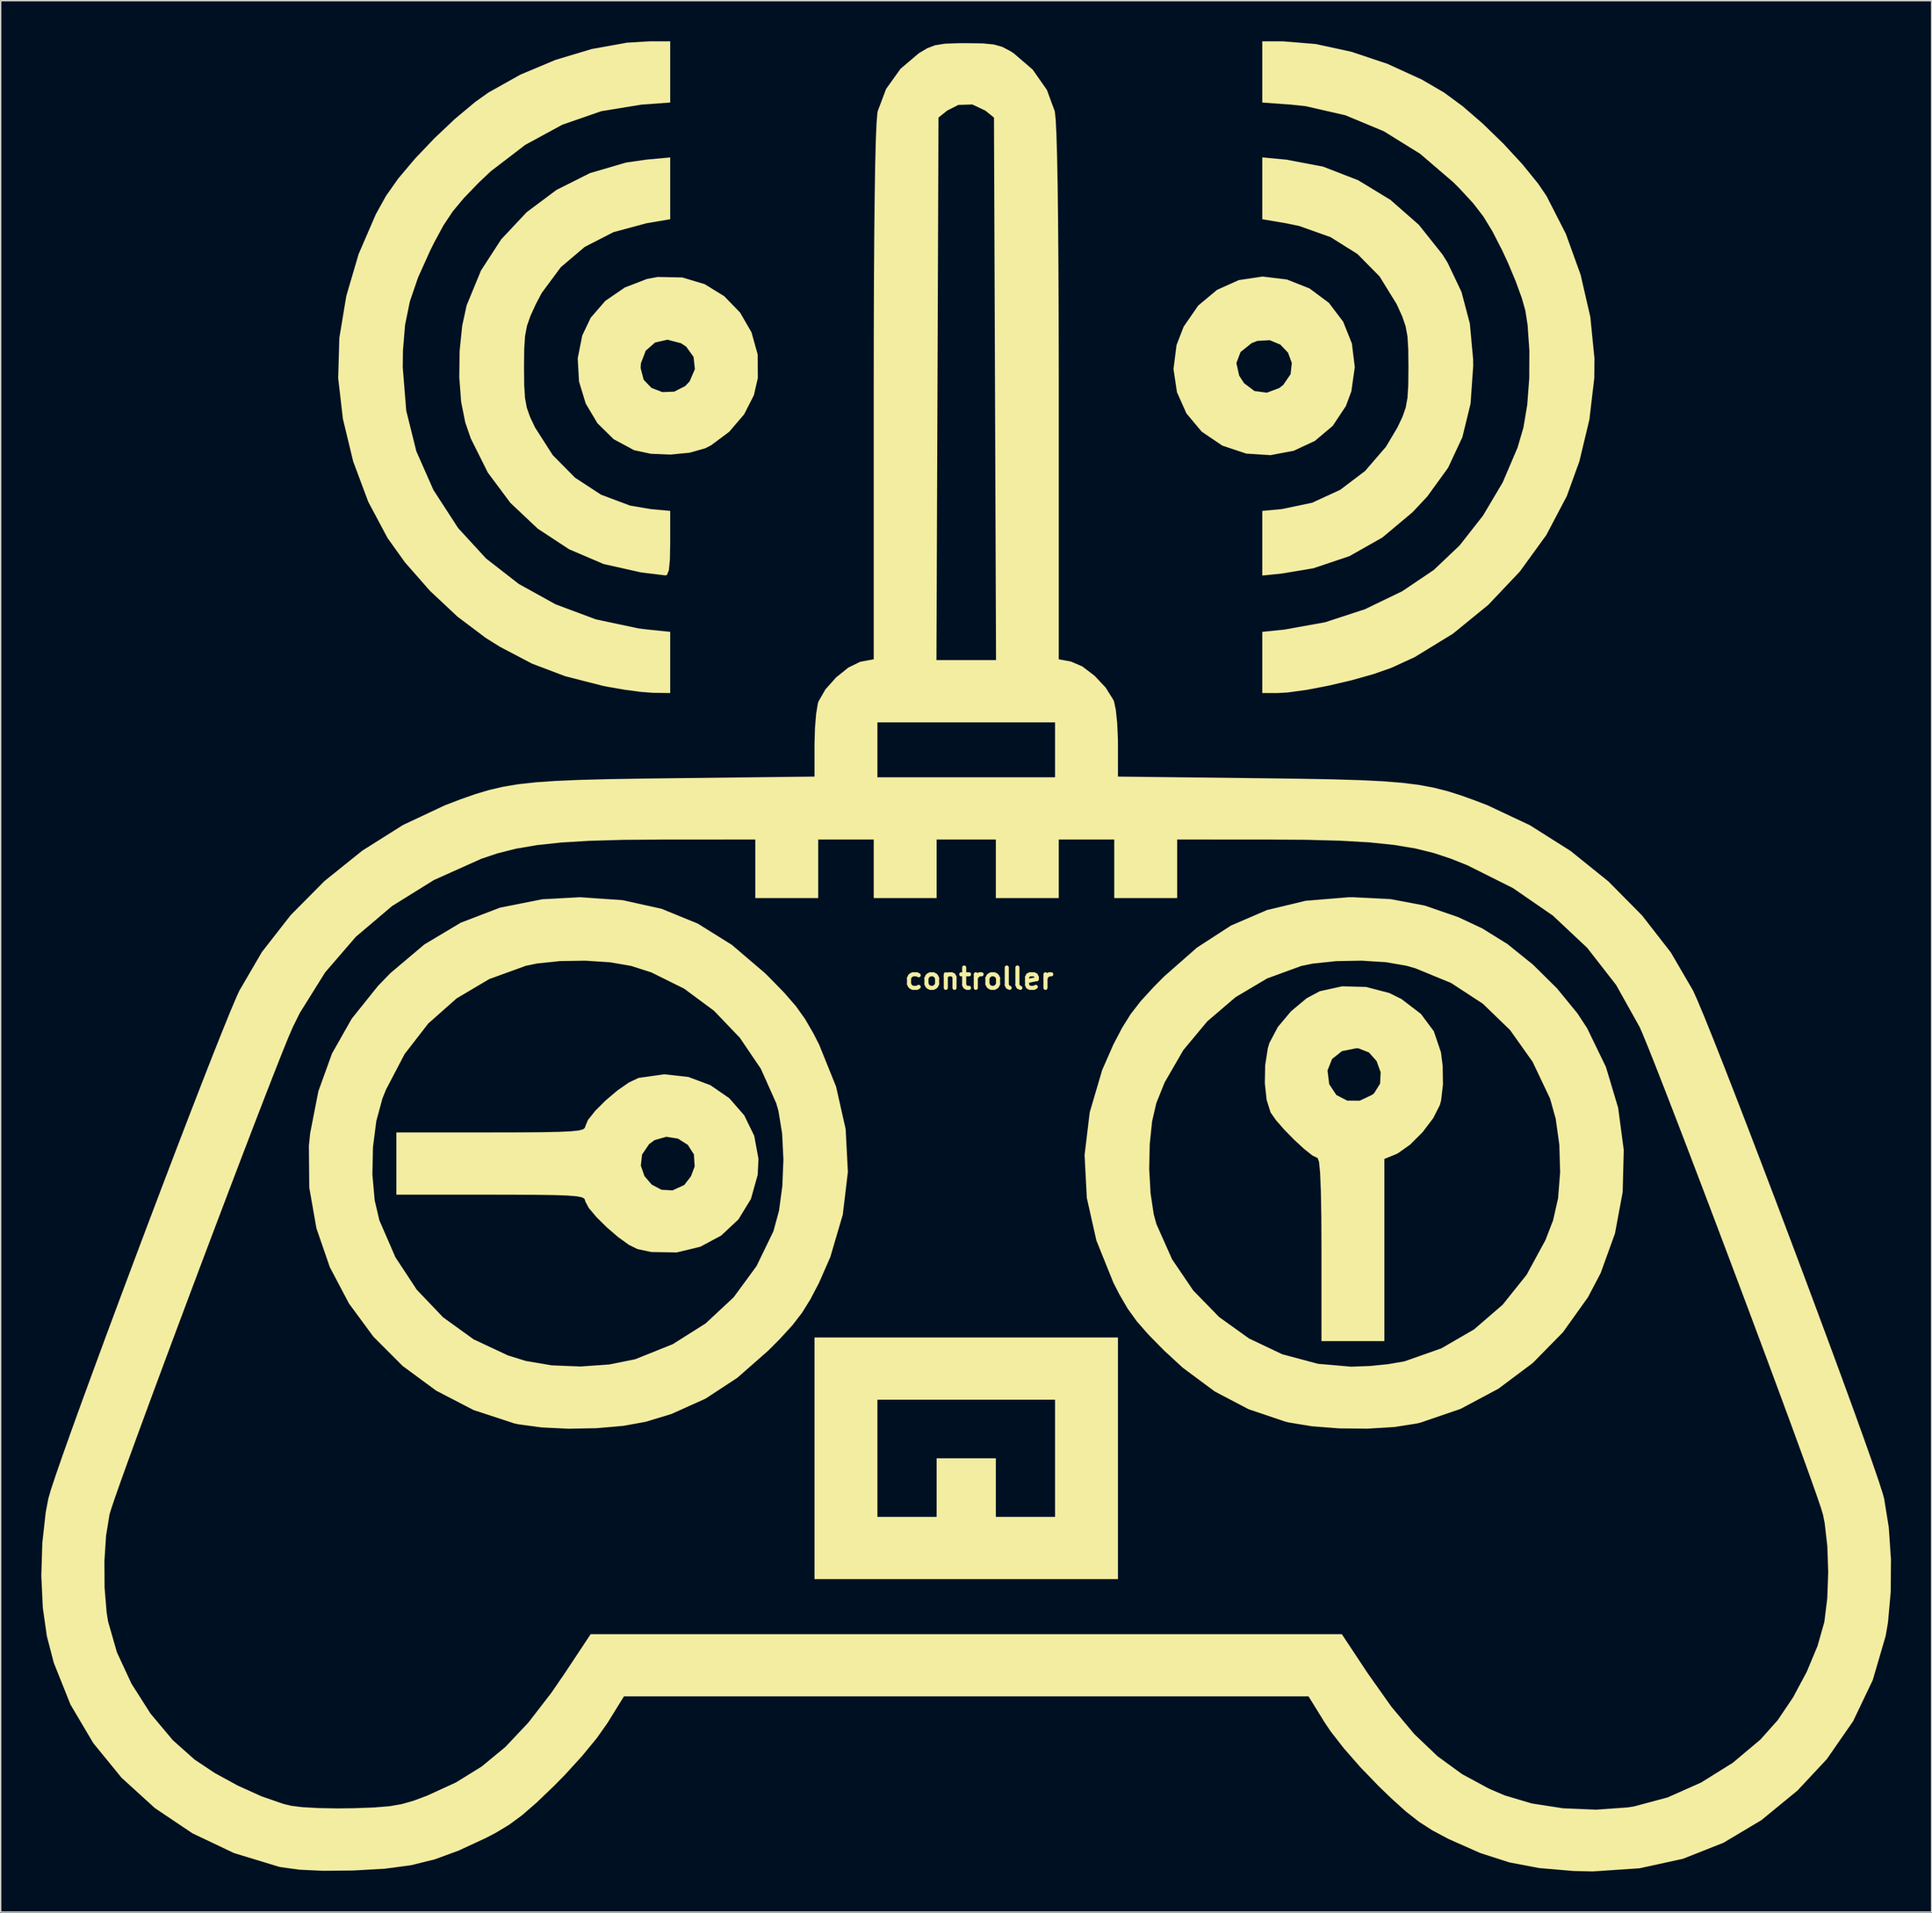
<source format=kicad_pcb>
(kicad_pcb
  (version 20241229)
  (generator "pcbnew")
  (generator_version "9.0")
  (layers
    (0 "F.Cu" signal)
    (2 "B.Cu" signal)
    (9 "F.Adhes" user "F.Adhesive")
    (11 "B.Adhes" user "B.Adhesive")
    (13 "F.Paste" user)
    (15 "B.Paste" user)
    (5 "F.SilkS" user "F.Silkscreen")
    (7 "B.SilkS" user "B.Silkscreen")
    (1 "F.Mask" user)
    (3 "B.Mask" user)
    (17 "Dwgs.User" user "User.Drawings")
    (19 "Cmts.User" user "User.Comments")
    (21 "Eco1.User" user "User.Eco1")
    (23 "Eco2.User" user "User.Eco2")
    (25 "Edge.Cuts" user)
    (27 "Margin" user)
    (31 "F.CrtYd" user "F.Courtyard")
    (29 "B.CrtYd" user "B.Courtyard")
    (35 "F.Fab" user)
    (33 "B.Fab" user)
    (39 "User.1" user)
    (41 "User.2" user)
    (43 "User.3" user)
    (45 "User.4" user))
  (footprint "controller"
    (layer "F.Cu")
    (at 69.221 69.174)
    (property "Reference" "controller" (at 0 0 0) (layer "F.SilkS") (effects (font (size 1.5 1.5) (thickness 0.3))))
    (attr board_only exclude_from_pos_files exclude_from_bom)
    (fp_poly (pts (xy 10.242 35.398) (xy 10.242 44.315) (xy -0.956 44.315) (xy -12.154 44.315) (xy -12.154 35.398) (xy -7.511 35.398) (xy -7.511 39.721) (xy -5.326 39.721) (xy -3.141 39.721) (xy -3.141 37.56) (xy -3.141 35.398) (xy -0.956 35.398) (xy 1.229 35.398) (xy 1.229 37.56) (xy 1.229 39.721) (xy 3.414 39.721) (xy 5.599 39.721) (xy 5.599 35.398) (xy 5.599 31.074) (xy -0.956 31.074) (xy -7.511 31.074) (xy -7.511 35.398) (xy -12.154 35.398) (xy -12.154 26.481) (xy -0.956 26.481) (xy 10.242 26.481)) (stroke (width 0) (type solid)) (fill yes) (layer "F.SilkS"))
    (fp_poly (pts (xy 22.714 -51.597) (xy 24.386 -50.935) (xy 25.812 -49.872) (xy 26.863 -48.486) (xy 27.509 -46.872) (xy 27.722 -45.126) (xy 27.47 -43.344) (xy 27.065 -42.257) (xy 26.097 -40.799) (xy 24.782 -39.689) (xy 23.215 -38.957) (xy 21.493 -38.633) (xy 19.71 -38.747) (xy 17.962 -39.331) (xy 17.935 -39.344) (xy 16.421 -40.37) (xy 15.298 -41.711) (xy 14.596 -43.281) (xy 14.342 -44.992) (xy 14.397 -45.429) (xy 18.983 -45.429) (xy 19.19 -44.502) (xy 19.548 -43.946) (xy 20.313 -43.368) (xy 21.23 -43.245) (xy 22.146 -43.584) (xy 22.446 -43.822) (xy 22.984 -44.608) (xy 23.074 -45.435) (xy 22.795 -46.198) (xy 22.226 -46.793) (xy 21.445 -47.118) (xy 20.533 -47.068) (xy 20.105 -46.898) (xy 19.291 -46.248) (xy 18.983 -45.429) (xy 14.397 -45.429) (xy 14.565 -46.755) (xy 15.09 -48.115) (xy 16.17 -49.677) (xy 17.553 -50.831) (xy 19.159 -51.552) (xy 20.907 -51.816)) (stroke (width 0) (type solid)) (fill yes) (layer "F.SilkS"))
    (fp_poly (pts (xy -21.913 -51.748) (xy -20.259 -51.252) (xy -18.818 -50.365) (xy -17.648 -49.158) (xy -16.806 -47.702) (xy -16.35 -46.068) (xy -16.337 -44.325) (xy -16.629 -43.057) (xy -17.35 -41.644) (xy -18.455 -40.354) (xy -19.784 -39.363) (xy -20.211 -39.145) (xy -21.367 -38.815) (xy -22.791 -38.676) (xy -24.239 -38.735) (xy -25.466 -38.999) (xy -25.471 -39.001) (xy -26.976 -39.81) (xy -28.177 -40.99) (xy -29.041 -42.443) (xy -29.536 -44.072) (xy -29.592 -45.065) (xy -24.99 -45.065) (xy -24.765 -44.198) (xy -24.183 -43.593) (xy -23.385 -43.288) (xy -22.51 -43.321) (xy -21.7 -43.731) (xy -21.37 -44.08) (xy -20.984 -44.982) (xy -21.082 -45.887) (xy -21.627 -46.643) (xy -22.006 -46.892) (xy -23.013 -47.155) (xy -23.92 -46.948) (xy -24.61 -46.346) (xy -24.966 -45.418) (xy -24.99 -45.065) (xy -29.592 -45.065) (xy -29.632 -45.78) (xy -29.295 -47.469) (xy -28.671 -48.777) (xy -27.593 -50.021) (xy -26.155 -51.007) (xy -24.517 -51.638) (xy -23.723 -51.784)) (stroke (width 0) (type solid)) (fill yes) (layer "F.SilkS"))
    (fp_poly (pts (xy 22.666 -60.442) (xy 25.385 -59.926) (xy 27.973 -58.921) (xy 30.353 -57.473) (xy 32.452 -55.631) (xy 34.194 -53.443) (xy 34.578 -52.827) (xy 35.598 -50.678) (xy 36.215 -48.342) (xy 36.456 -45.713) (xy 36.461 -45.213) (xy 36.267 -42.432) (xy 35.662 -39.957) (xy 34.609 -37.704) (xy 33.075 -35.586) (xy 31.985 -34.422) (xy 29.757 -32.555) (xy 27.332 -31.183) (xy 24.667 -30.286) (xy 22.327 -29.895) (xy 20.894 -29.749) (xy 20.894 -32.135) (xy 20.894 -34.52) (xy 22.327 -34.652) (xy 24.573 -35.121) (xy 26.647 -36.075) (xy 28.485 -37.468) (xy 30.025 -39.256) (xy 30.864 -40.667) (xy 31.238 -41.453) (xy 31.477 -42.128) (xy 31.61 -42.857) (xy 31.669 -43.801) (xy 31.682 -45.122) (xy 31.682 -45.126) (xy 31.669 -46.449) (xy 31.609 -47.402) (xy 31.471 -48.154) (xy 31.222 -48.877) (xy 30.831 -49.74) (xy 30.812 -49.78) (xy 29.549 -51.827) (xy 27.917 -53.479) (xy 25.935 -54.723) (xy 23.622 -55.546) (xy 22.653 -55.746) (xy 20.894 -56.044) (xy 20.894 -58.325) (xy 20.894 -60.606)) (stroke (width 0) (type solid)) (fill yes) (layer "F.SilkS"))
    (fp_poly (pts (xy -22.805 -58.325) (xy -22.805 -56.044) (xy -24.565 -55.746) (xy -27 -55.088) (xy -29.111 -54.004) (xy -30.879 -52.506) (xy -32.285 -50.609) (xy -32.723 -49.78) (xy -33.121 -48.908) (xy -33.375 -48.183) (xy -33.517 -47.434) (xy -33.579 -46.492) (xy -33.594 -45.187) (xy -33.594 -45.126) (xy -33.581 -43.803) (xy -33.522 -42.859) (xy -33.389 -42.13) (xy -33.15 -41.454) (xy -32.777 -40.669) (xy -32.776 -40.667) (xy -31.476 -38.638) (xy -29.833 -36.973) (xy -27.911 -35.716) (xy -25.774 -34.914) (xy -24.239 -34.652) (xy -22.805 -34.52) (xy -22.805 -32.122) (xy -22.829 -30.892) (xy -22.905 -30.137) (xy -23.043 -29.795) (xy -23.147 -29.759) (xy -23.595 -29.812) (xy -24.38 -29.909) (xy -24.992 -29.986) (xy -27.723 -30.6) (xy -30.272 -31.69) (xy -32.584 -33.21) (xy -34.6 -35.111) (xy -36.265 -37.345) (xy -37.522 -39.862) (xy -37.933 -41.054) (xy -38.236 -42.568) (xy -38.373 -44.395) (xy -38.346 -46.335) (xy -38.157 -48.188) (xy -37.829 -49.69) (xy -36.771 -52.259) (xy -35.273 -54.568) (xy -33.394 -56.568) (xy -31.194 -58.21) (xy -28.733 -59.446) (xy -26.071 -60.227) (xy -24.577 -60.442) (xy -22.805 -60.606)) (stroke (width 0) (type solid)) (fill yes) (layer "F.SilkS"))
    (fp_poly (pts (xy 28.563 0.616) (xy 30.265 1.058) (xy 31.166 1.504) (xy 32.601 2.601) (xy 33.554 3.88) (xy 34.081 5.431) (xy 34.208 6.423) (xy 34.229 7.813) (xy 34.095 8.975) (xy 34.001 9.329) (xy 33.509 10.299) (xy 32.725 11.331) (xy 31.806 12.251) (xy 30.907 12.886) (xy 30.719 12.973) (xy 29.906 13.306) (xy 29.906 20.029) (xy 29.906 26.751) (xy 27.585 26.751) (xy 25.263 26.751) (xy 25.263 19.996) (xy 25.252 17.568) (xy 25.218 15.679) (xy 25.162 14.328) (xy 25.082 13.516) (xy 24.98 13.24) (xy 24.979 13.24) (xy 24.595 13.052) (xy 23.978 12.563) (xy 23.243 11.886) (xy 22.508 11.135) (xy 21.888 10.423) (xy 21.506 9.871) (xy 21.216 8.949) (xy 21.083 7.717) (xy 21.102 6.781) (xy 25.708 6.781) (xy 25.835 7.791) (xy 26.362 8.587) (xy 27.161 9.001) (xy 28.089 9.006) (xy 29.006 8.572) (xy 29.155 8.449) (xy 29.591 7.745) (xy 29.629 6.905) (xy 29.334 6.087) (xy 28.765 5.446) (xy 27.987 5.141) (xy 27.84 5.134) (xy 26.778 5.348) (xy 26.044 5.929) (xy 25.708 6.781) (xy 21.102 6.781) (xy 21.11 6.38) (xy 21.302 5.148) (xy 21.418 4.751) (xy 22.043 3.568) (xy 23.016 2.408) (xy 24.165 1.449) (xy 25.137 0.928) (xy 26.786 0.566)) (stroke (width 0) (type solid)) (fill yes) (layer "F.SilkS"))
    (fp_poly (pts (xy -22.805 -66.916) (xy -22.805 -64.658) (xy -24.922 -64.503) (xy -27.885 -64.02) (xy -30.762 -63.022) (xy -33.501 -61.535) (xy -36.049 -59.583) (xy -36.918 -58.763) (xy -38.025 -57.617) (xy -38.853 -56.625) (xy -39.539 -55.595) (xy -40.223 -54.332) (xy -40.518 -53.737) (xy -41.414 -51.748) (xy -42.017 -49.987) (xy -42.373 -48.258) (xy -42.529 -46.365) (xy -42.546 -45.126) (xy -42.289 -41.921) (xy -41.541 -38.916) (xy -40.282 -36.064) (xy -38.498 -33.316) (xy -38.414 -33.205) (xy -36.397 -31.008) (xy -33.989 -29.134) (xy -31.262 -27.623) (xy -28.289 -26.514) (xy -25.142 -25.846) (xy -24.465 -25.765) (xy -22.805 -25.593) (xy -22.805 -23.335) (xy -22.805 -21.077) (xy -24.103 -21.096) (xy -24.986 -21.162) (xy -26.179 -21.323) (xy -27.461 -21.547) (xy -27.794 -21.614) (xy -30.554 -22.319) (xy -33.008 -23.249) (xy -35.377 -24.494) (xy -36.423 -25.148) (xy -38.498 -26.709) (xy -40.542 -28.625) (xy -42.389 -30.73) (xy -43.664 -32.513) (xy -45.089 -35.186) (xy -46.205 -38.174) (xy -46.964 -41.321) (xy -47.31 -44.315) (xy -47.225 -47.288) (xy -46.709 -50.39) (xy -45.801 -53.477) (xy -44.538 -56.401) (xy -43.79 -57.751) (xy -42.885 -59.039) (xy -41.651 -60.503) (xy -40.211 -62.016) (xy -38.691 -63.452) (xy -37.213 -64.686) (xy -36.228 -65.39) (xy -33.867 -66.714) (xy -31.274 -67.802) (xy -28.606 -68.604) (xy -26.018 -69.072) (xy -24.319 -69.174) (xy -22.805 -69.174)) (stroke (width 0) (type solid)) (fill yes) (layer "F.SilkS"))
    (fp_poly (pts (xy 24.845 -68.973) (xy 27.472 -68.403) (xy 30.134 -67.512) (xy 32.675 -66.35) (xy 34.317 -65.39) (xy 35.683 -64.385) (xy 37.184 -63.085) (xy 38.695 -61.616) (xy 40.092 -60.104) (xy 41.251 -58.675) (xy 41.878 -57.751) (xy 43.302 -54.962) (xy 44.392 -51.938) (xy 45.108 -48.825) (xy 45.412 -45.769) (xy 45.398 -44.315) (xy 45.039 -41.267) (xy 44.298 -38.174) (xy 43.371 -35.612) (xy 41.862 -32.745) (xy 39.903 -30.043) (xy 37.577 -27.587) (xy 34.967 -25.458) (xy 32.155 -23.735) (xy 30.404 -22.93) (xy 29.092 -22.473) (xy 27.505 -22.026) (xy 25.81 -21.627) (xy 24.175 -21.312) (xy 22.768 -21.119) (xy 22.011 -21.077) (xy 20.894 -21.077) (xy 20.894 -23.335) (xy 20.894 -25.593) (xy 22.554 -25.765) (xy 25.533 -26.302) (xy 28.471 -27.263) (xy 31.218 -28.588) (xy 33.544 -30.154) (xy 35.457 -31.967) (xy 37.186 -34.172) (xy 38.641 -36.626) (xy 39.735 -39.189) (xy 40.17 -40.674) (xy 40.451 -42.343) (xy 40.598 -44.309) (xy 40.608 -46.35) (xy 40.477 -48.242) (xy 40.309 -49.314) (xy 40.044 -50.244) (xy 39.596 -51.471) (xy 39.035 -52.813) (xy 38.606 -53.737) (xy 37.886 -55.142) (xy 37.217 -56.24) (xy 36.46 -57.224) (xy 35.478 -58.287) (xy 35.006 -58.763) (xy 32.542 -60.877) (xy 29.866 -62.536) (xy 27.034 -63.715) (xy 24.096 -64.388) (xy 23.01 -64.503) (xy 20.894 -64.658) (xy 20.894 -66.916) (xy 20.894 -69.174) (xy 22.407 -69.174)) (stroke (width 0) (type solid)) (fill yes) (layer "F.SilkS"))
    (fp_poly (pts (xy -21.461 7.256) (xy -19.838 7.863) (xy -18.443 8.824) (xy -17.343 10.086) (xy -16.604 11.596) (xy -16.291 13.298) (xy -16.348 14.483) (xy -16.847 16.26) (xy -17.769 17.767) (xy -19.039 18.957) (xy -20.583 19.786) (xy -22.328 20.207) (xy -24.199 20.175) (xy -25.23 19.955) (xy -25.852 19.646) (xy -26.64 19.079) (xy -27.475 18.362) (xy -28.24 17.607) (xy -28.815 16.924) (xy -29.081 16.423) (xy -29.087 16.365) (xy -29.14 16.235) (xy -29.338 16.134) (xy -29.742 16.059) (xy -30.412 16.006) (xy -31.408 15.972) (xy -32.792 15.952) (xy -34.623 15.944) (xy -36.052 15.943) (xy -43.016 15.943) (xy -43.016 13.8) (xy -24.972 13.8) (xy -24.707 14.57) (xy -24.172 15.196) (xy -23.453 15.58) (xy -22.632 15.627) (xy -21.795 15.24) (xy -21.744 15.199) (xy -21.276 14.592) (xy -21 13.866) (xy -21.055 12.97) (xy -21.51 12.262) (xy -22.234 11.807) (xy -23.096 11.671) (xy -23.962 11.918) (xy -24.358 12.207) (xy -24.883 12.98) (xy -24.972 13.8) (xy -43.016 13.8) (xy -43.016 13.646) (xy -43.016 11.349) (xy -36.052 11.349) (xy -33.898 11.345) (xy -32.232 11.333) (xy -30.991 11.307) (xy -30.118 11.265) (xy -29.552 11.204) (xy -29.233 11.119) (xy -29.101 11.007) (xy -29.087 10.938) (xy -28.878 10.434) (xy -28.33 9.746) (xy -27.564 8.982) (xy -26.699 8.251) (xy -25.854 7.664) (xy -25.15 7.33) (xy -25.127 7.323) (xy -23.246 7.058)) (stroke (width 0) (type solid)) (fill yes) (layer "F.SilkS"))
    (fp_poly (pts (xy -26.327 -5.794) (xy -23.441 -5.155) (xy -20.771 -4.063) (xy -18.251 -2.491) (xy -15.813 -0.409) (xy -15.556 -0.157) (xy -14.398 1.029) (xy -13.536 2.02) (xy -12.853 2.975) (xy -12.23 4.051) (xy -11.815 4.864) (xy -10.564 7.964) (xy -9.856 11.105) (xy -9.691 14.264) (xy -10.068 17.419) (xy -10.989 20.549) (xy -11.812 22.428) (xy -12.451 23.653) (xy -13.072 24.654) (xy -13.793 25.588) (xy -14.731 26.61) (xy -15.553 27.437) (xy -17.848 29.454) (xy -20.2 30.997) (xy -22.718 32.129) (xy -24.614 32.704) (xy -26.275 33.005) (xy -28.242 33.176) (xy -30.319 33.215) (xy -32.308 33.12) (xy -34.011 32.888) (xy -34.329 32.818) (xy -37.325 31.834) (xy -40.078 30.406) (xy -42.551 28.586) (xy -44.708 26.426) (xy -46.512 23.978) (xy -47.927 21.294) (xy -48.916 18.425) (xy -49.444 15.424) (xy -49.453 14.467) (xy -44.785 14.467) (xy -44.615 16.37) (xy -44.271 17.834) (xy -43.087 20.562) (xy -41.509 22.959) (xy -39.573 24.989) (xy -37.318 26.617) (xy -34.78 27.807) (xy -33.457 28.216) (xy -31.559 28.538) (xy -29.427 28.623) (xy -27.302 28.474) (xy -25.424 28.095) (xy -25.36 28.076) (xy -22.618 26.977) (xy -20.195 25.448) (xy -18.124 23.518) (xy -16.435 21.216) (xy -15.189 18.649) (xy -14.776 17.135) (xy -14.528 15.303) (xy -14.449 13.339) (xy -14.544 11.431) (xy -14.815 9.766) (xy -14.982 9.187) (xy -16.112 6.656) (xy -17.665 4.363) (xy -19.573 2.37) (xy -21.771 0.742) (xy -24.19 -0.458) (xy -25.684 -0.937) (xy -27.227 -1.205) (xy -29.051 -1.325) (xy -30.929 -1.297) (xy -32.637 -1.119) (xy -33.455 -0.95) (xy -36.159 0.03) (xy -38.569 1.457) (xy -40.659 3.307) (xy -42.405 5.56) (xy -43.783 8.191) (xy -44.047 8.852) (xy -44.497 10.51) (xy -44.744 12.447) (xy -44.785 14.467) (xy -49.453 14.467) (xy -49.473 12.343) (xy -49.377 11.396) (xy -48.771 8.302) (xy -47.763 5.517) (xy -46.31 2.955) (xy -44.371 0.534) (xy -43.452 -0.412) (xy -40.953 -2.522) (xy -38.266 -4.128) (xy -35.372 -5.238) (xy -32.251 -5.859) (xy -29.497 -6.01)) (stroke (width 0) (type solid)) (fill yes) (layer "F.SilkS"))
    (fp_poly (pts (xy 30.357 -5.87) (xy 32.885 -5.394) (xy 35.365 -4.536) (xy 37.129 -3.708) (xy 38.986 -2.556) (xy 40.874 -1.034) (xy 42.646 0.719) (xy 44.154 2.561) (xy 44.867 3.648) (xy 46.259 6.519) (xy 47.162 9.539) (xy 47.573 12.639) (xy 47.495 15.75) (xy 46.926 18.806) (xy 45.866 21.737) (xy 44.934 23.509) (xy 43.09 26.092) (xy 40.859 28.364) (xy 38.315 30.268) (xy 35.53 31.752) (xy 32.577 32.762) (xy 32.294 32.83) (xy 30.64 33.091) (xy 28.663 33.21) (xy 26.566 33.191) (xy 24.552 33.036) (xy 22.823 32.748) (xy 22.595 32.692) (xy 19.881 31.775) (xy 17.39 30.468) (xy 15.026 28.714) (xy 13.641 27.437) (xy 12.489 26.265) (xy 11.633 25.288) (xy 10.957 24.35) (xy 10.343 23.294) (xy 9.9 22.428) (xy 8.65 19.323) (xy 7.944 16.181) (xy 7.833 14.047) (xy 12.549 14.047) (xy 12.648 15.833) (xy 12.883 17.391) (xy 13.077 18.104) (xy 14.235 20.708) (xy 15.797 23.011) (xy 17.71 24.974) (xy 19.92 26.558) (xy 22.373 27.722) (xy 25.014 28.427) (xy 27.459 28.637) (xy 28.8 28.588) (xy 30.174 28.452) (xy 31.31 28.259) (xy 31.419 28.232) (xy 34.11 27.285) (xy 36.527 25.885) (xy 38.637 24.063) (xy 40.406 21.852) (xy 41.8 19.284) (xy 42.359 17.834) (xy 42.727 16.208) (xy 42.878 14.287) (xy 42.819 12.266) (xy 42.553 10.346) (xy 42.135 8.852) (xy 40.846 6.136) (xy 39.183 3.794) (xy 37.17 1.848) (xy 34.832 0.321) (xy 32.194 -0.764) (xy 31.543 -0.95) (xy 30.035 -1.213) (xy 28.226 -1.327) (xy 26.344 -1.293) (xy 24.612 -1.11) (xy 23.773 -0.937) (xy 21.256 -0.018) (xy 18.921 1.367) (xy 16.835 3.151) (xy 15.067 5.273) (xy 13.684 7.666) (xy 13.073 9.187) (xy 12.762 10.536) (xy 12.587 12.218) (xy 12.549 14.047) (xy 7.833 14.047) (xy 7.779 13.021) (xy 8.158 9.867) (xy 9.079 6.74) (xy 9.903 4.864) (xy 10.548 3.63) (xy 11.18 2.617) (xy 11.916 1.667) (xy 12.873 0.622) (xy 13.644 -0.157) (xy 16.077 -2.294) (xy 18.586 -3.919) (xy 21.236 -5.061) (xy 24.096 -5.747) (xy 27.232 -6.006) (xy 27.585 -6.01)) (stroke (width 0) (type solid)) (fill yes) (layer "F.SilkS"))
    (fp_poly (pts (xy 0.244 -69.022) (xy 1.069 -68.944) (xy 1.69 -68.77) (xy 2.277 -68.464) (xy 2.548 -68.291) (xy 3.948 -67.088) (xy 4.997 -65.59) (xy 5.579 -64.013) (xy 5.645 -63.423) (xy 5.702 -62.297) (xy 5.751 -60.64) (xy 5.792 -58.457) (xy 5.825 -55.754) (xy 5.849 -52.534) (xy 5.865 -48.803) (xy 5.872 -44.566) (xy 5.872 -43.116) (xy 5.872 -23.569) (xy 6.775 -23.401) (xy 7.605 -23.046) (xy 8.511 -22.357) (xy 9.33 -21.486) (xy 9.898 -20.583) (xy 9.953 -20.451) (xy 10.085 -19.834) (xy 10.186 -18.856) (xy 10.238 -17.695) (xy 10.242 -17.301) (xy 10.242 -14.911) (xy 20.689 -14.791) (xy 23.618 -14.753) (xy 26.069 -14.709) (xy 28.11 -14.649) (xy 29.811 -14.566) (xy 31.238 -14.451) (xy 32.46 -14.297) (xy 33.545 -14.095) (xy 34.563 -13.838) (xy 35.581 -13.516) (xy 36.666 -13.123) (xy 37.514 -12.797) (xy 40.646 -11.323) (xy 43.649 -9.424) (xy 46.44 -7.176) (xy 48.935 -4.653) (xy 51.051 -1.931) (xy 52.692 0.887) (xy 53.036 1.655) (xy 53.538 2.858) (xy 54.177 4.445) (xy 54.935 6.361) (xy 55.79 8.554) (xy 56.723 10.97) (xy 57.713 13.556) (xy 58.741 16.259) (xy 59.787 19.025) (xy 60.831 21.802) (xy 61.851 24.536) (xy 62.83 27.173) (xy 63.746 29.661) (xy 64.58 31.947) (xy 65.311 33.976) (xy 65.919 35.697) (xy 66.385 37.055) (xy 66.689 37.998) (xy 66.791 38.37) (xy 67.133 40.476) (xy 67.295 42.85) (xy 67.277 45.273) (xy 67.075 47.521) (xy 66.903 48.512) (xy 65.952 51.767) (xy 64.503 54.798) (xy 62.563 57.598) (xy 60.397 59.917) (xy 57.739 62.098) (xy 54.932 63.773) (xy 51.942 64.955) (xy 48.733 65.656) (xy 45.273 65.887) (xy 43.86 65.854) (xy 41.342 65.64) (xy 39.126 65.219) (xy 36.989 64.532) (xy 34.709 63.522) (xy 34.549 63.443) (xy 33.444 62.854) (xy 32.466 62.226) (xy 31.486 61.457) (xy 30.369 60.448) (xy 29.478 59.586) (xy 28.139 58.199) (xy 26.921 56.809) (xy 25.939 55.549) (xy 25.518 54.923) (xy 24.308 52.966) (xy -0.956 52.966) (xy -26.219 52.966) (xy -27.429 54.923) (xy -28.218 56.042) (xy -29.311 57.372) (xy -30.593 58.777) (xy -31.39 59.586) (xy -32.672 60.813) (xy -33.729 61.732) (xy -34.694 62.443) (xy -35.699 63.048) (xy -36.461 63.443) (xy -38.425 64.351) (xy -40.19 64.999) (xy -41.938 65.429) (xy -43.851 65.686) (xy -46.109 65.813) (xy -46.294 65.819) (xy -48.462 65.838) (xy -50.175 65.759) (xy -51.513 65.576) (xy -51.702 65.536) (xy -55.003 64.531) (xy -58.064 63.076) (xy -60.843 61.21) (xy -63.298 58.975) (xy -65.388 56.414) (xy -67.071 53.568) (xy -68.305 50.478) (xy -68.815 48.512) (xy -69.11 46.435) (xy -69.221 44.072) (xy -69.188 42.985) (xy -64.565 42.985) (xy -64.552 44.941) (xy -64.401 46.763) (xy -64.294 47.44) (xy -63.643 49.713) (xy -62.569 52.027) (xy -61.163 54.238) (xy -59.515 56.202) (xy -57.91 57.632) (xy -56.423 58.623) (xy -54.713 59.557) (xy -52.965 60.346) (xy -51.364 60.9) (xy -50.781 61.042) (xy -49.959 61.144) (xy -48.763 61.211) (xy -47.363 61.237) (xy -46.144 61.222) (xy -44.65 61.166) (xy -43.534 61.075) (xy -42.628 60.921) (xy -41.766 60.675) (xy -40.778 60.308) (xy -40.743 60.294) (xy -38.621 59.321) (xy -36.724 58.148) (xy -34.972 56.703) (xy -33.286 54.916) (xy -31.586 52.717) (xy -30.589 51.264) (xy -28.677 48.378) (xy -0.956 48.378) (xy 26.766 48.378) (xy 28.677 51.264) (xy 30.426 53.736) (xy 32.118 55.754) (xy 33.831 57.388) (xy 35.644 58.708) (xy 37.635 59.783) (xy 38.794 60.279) (xy 40.792 60.872) (xy 43.095 61.228) (xy 45.509 61.331) (xy 47.84 61.165) (xy 48.342 61.088) (xy 50.817 60.423) (xy 53.289 59.324) (xy 55.617 57.873) (xy 57.66 56.156) (xy 58.935 54.727) (xy 60.07 53.044) (xy 61.08 51.155) (xy 61.876 49.25) (xy 62.368 47.517) (xy 62.383 47.44) (xy 62.593 45.741) (xy 62.664 43.814) (xy 62.599 41.881) (xy 62.4 40.159) (xy 62.277 39.548) (xy 62.114 39.014) (xy 61.777 38.028) (xy 61.285 36.643) (xy 60.659 34.912) (xy 59.919 32.888) (xy 59.084 30.625) (xy 58.175 28.174) (xy 57.211 25.589) (xy 56.212 22.923) (xy 55.198 20.23) (xy 54.19 17.562) (xy 53.207 14.972) (xy 52.269 12.513) (xy 51.396 10.238) (xy 50.608 8.201) (xy 49.925 6.454) (xy 49.367 5.051) (xy 48.953 4.044) (xy 48.75 3.579) (xy 47.015 0.473) (xy 44.88 -2.269) (xy 42.341 -4.654) (xy 39.392 -6.686) (xy 36.026 -8.37) (xy 34.832 -8.847) (xy 33.554 -9.272) (xy 32.175 -9.611) (xy 30.619 -9.869) (xy 28.812 -10.056) (xy 26.68 -10.179) (xy 24.147 -10.247) (xy 21.372 -10.266) (xy 14.612 -10.268) (xy 14.612 -8.106) (xy 14.612 -5.945) (xy 12.29 -5.945) (xy 9.969 -5.945) (xy 9.969 -8.106) (xy 9.969 -10.268) (xy 7.92 -10.268) (xy 5.872 -10.268) (xy 5.872 -8.106) (xy 5.872 -5.945) (xy 3.551 -5.945) (xy 1.229 -5.945) (xy 1.229 -8.106) (xy 1.229 -10.268) (xy -0.956 -10.268) (xy -3.141 -10.268) (xy -3.141 -8.106) (xy -3.141 -5.945) (xy -5.462 -5.945) (xy -7.784 -5.945) (xy -7.784 -8.106) (xy -7.784 -10.268) (xy -9.832 -10.268) (xy -11.881 -10.268) (xy -11.881 -8.106) (xy -11.881 -5.945) (xy -14.202 -5.945) (xy -16.524 -5.945) (xy -16.524 -8.106) (xy -16.524 -10.268) (xy -23.283 -10.266) (xy -26.255 -10.244) (xy -28.757 -10.173) (xy -30.864 -10.045) (xy -32.65 -9.853) (xy -34.191 -9.589) (xy -35.56 -9.245) (xy -36.744 -8.847) (xy -40.247 -7.276) (xy -43.333 -5.358) (xy -46.006 -3.09) (xy -48.272 -0.464) (xy -50.137 2.522) (xy -50.661 3.579) (xy -50.953 4.253) (xy -51.404 5.362) (xy -51.994 6.856) (xy -52.705 8.679) (xy -53.516 10.78) (xy -54.407 13.105) (xy -55.358 15.601) (xy -56.349 18.215) (xy -57.361 20.894) (xy -58.372 23.586) (xy -59.364 26.236) (xy -60.317 28.793) (xy -61.21 31.203) (xy -62.023 33.412) (xy -62.737 35.369) (xy -63.332 37.019) (xy -63.787 38.311) (xy -64.083 39.19) (xy -64.189 39.548) (xy -64.443 41.114) (xy -64.565 42.985) (xy -69.188 42.985) (xy -69.148 41.646) (xy -68.896 39.378) (xy -68.703 38.37) (xy -68.52 37.736) (xy -68.16 36.65) (xy -67.645 35.166) (xy -66.994 33.337) (xy -66.227 31.217) (xy -65.363 28.859) (xy -64.425 26.316) (xy -63.43 23.641) (xy -62.399 20.887) (xy -61.353 18.108) (xy -60.311 15.357) (xy -59.293 12.686) (xy -58.319 10.151) (xy -57.41 7.802) (xy -56.585 5.695) (xy -55.864 3.882) (xy -55.268 2.416) (xy -54.816 1.35) (xy -54.604 0.887) (xy -52.944 -1.96) (xy -50.823 -4.68) (xy -48.324 -7.201) (xy -45.531 -9.446) (xy -42.526 -11.34) (xy -39.426 -12.797) (xy -38.25 -13.246) (xy -37.191 -13.617) (xy -36.181 -13.919) (xy -35.15 -14.159) (xy -34.032 -14.347) (xy -32.757 -14.488) (xy -31.257 -14.593) (xy -29.464 -14.668) (xy -27.31 -14.723) (xy -24.726 -14.765) (xy -22.601 -14.791) (xy -12.154 -14.911) (xy -12.154 -16.888) (xy -7.511 -16.888) (xy -7.511 -14.862) (xy -0.956 -14.862) (xy 5.599 -14.862) (xy 5.599 -16.888) (xy 5.599 -18.915) (xy -0.956 -18.915) (xy -7.511 -18.915) (xy -7.511 -16.888) (xy -12.154 -16.888) (xy -12.154 -17.301) (xy -12.121 -18.482) (xy -12.035 -19.541) (xy -11.911 -20.297) (xy -11.864 -20.451) (xy -11.35 -21.345) (xy -10.559 -22.232) (xy -9.656 -22.958) (xy -8.803 -23.374) (xy -8.687 -23.401) (xy -8.108 -23.509) (xy -3.154 -23.509) (xy -0.956 -23.509) (xy 1.243 -23.509) (xy 1.168 -43.528) (xy 1.092 -63.548) (xy 0.448 -64.064) (xy -0.509 -64.514) (xy -1.541 -64.481) (xy -2.36 -64.064) (xy -3.004 -63.548) (xy -3.079 -43.528) (xy -3.154 -23.509) (xy -8.108 -23.509) (xy -7.784 -23.569) (xy -7.784 -43.116) (xy -7.78 -47.513) (xy -7.767 -51.405) (xy -7.745 -54.788) (xy -7.715 -57.656) (xy -7.677 -60.004) (xy -7.631 -61.828) (xy -7.576 -63.123) (xy -7.513 -63.884) (xy -7.491 -64.013) (xy -6.87 -65.661) (xy -5.804 -67.149) (xy -4.46 -68.291) (xy -3.837 -68.663) (xy -3.25 -68.887) (xy -2.529 -68.999) (xy -1.504 -69.037) (xy -0.956 -69.039)) (stroke (width 0) (type solid)) (fill yes) (layer "F.SilkS")))
  (gr_rect
    (start -3 -3)
    (end 139.516 138.062)
    (stroke (width 0.1) (type default))
    (fill no)
    (layer "Edge.Cuts")))
</source>
